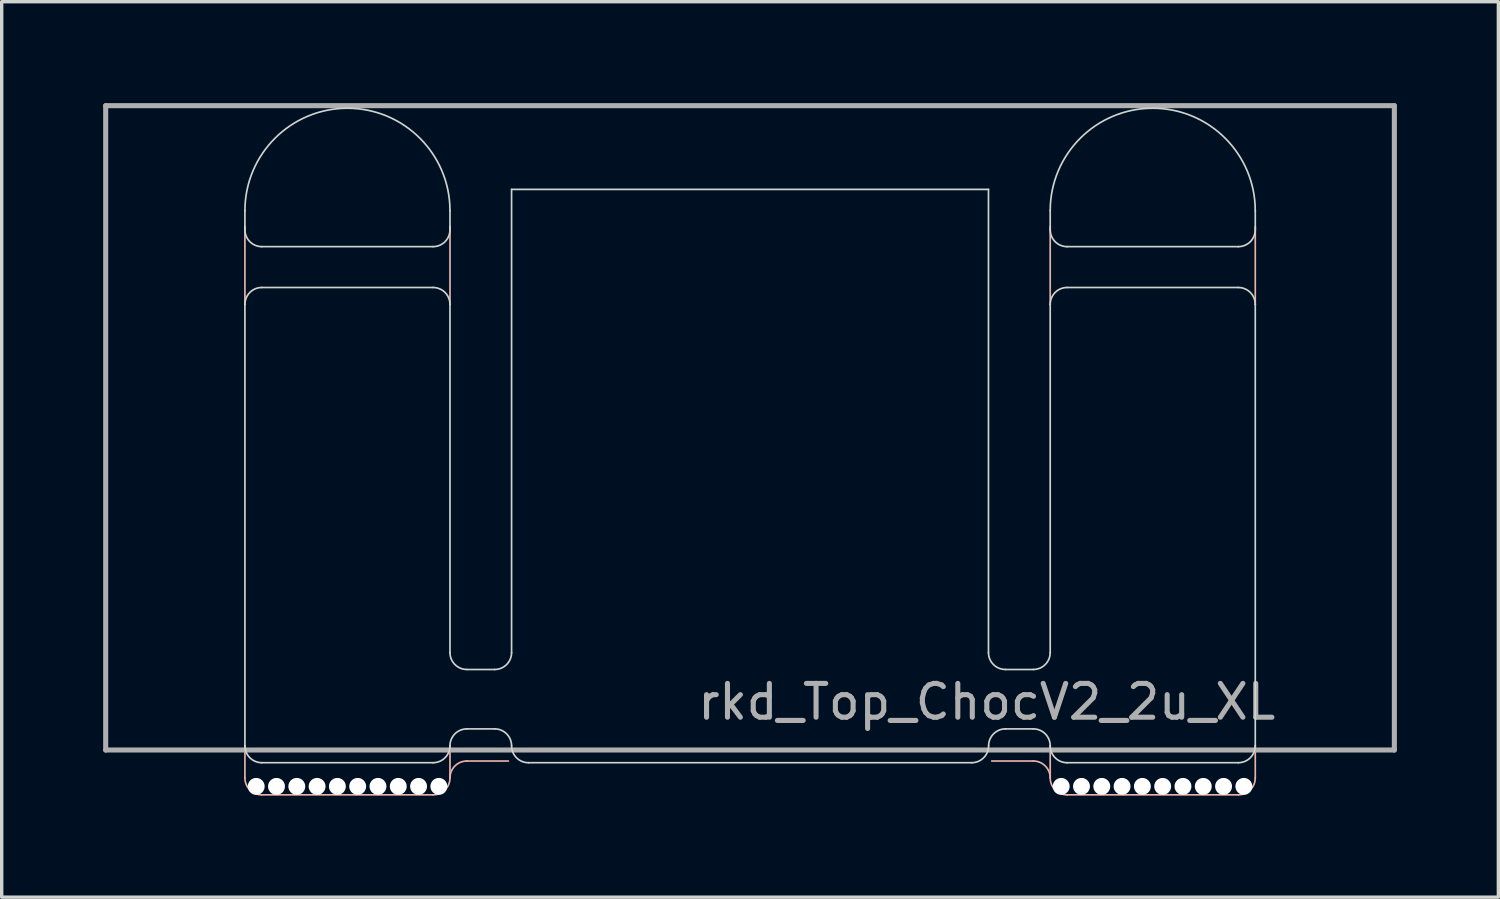
<source format=kicad_pcb>
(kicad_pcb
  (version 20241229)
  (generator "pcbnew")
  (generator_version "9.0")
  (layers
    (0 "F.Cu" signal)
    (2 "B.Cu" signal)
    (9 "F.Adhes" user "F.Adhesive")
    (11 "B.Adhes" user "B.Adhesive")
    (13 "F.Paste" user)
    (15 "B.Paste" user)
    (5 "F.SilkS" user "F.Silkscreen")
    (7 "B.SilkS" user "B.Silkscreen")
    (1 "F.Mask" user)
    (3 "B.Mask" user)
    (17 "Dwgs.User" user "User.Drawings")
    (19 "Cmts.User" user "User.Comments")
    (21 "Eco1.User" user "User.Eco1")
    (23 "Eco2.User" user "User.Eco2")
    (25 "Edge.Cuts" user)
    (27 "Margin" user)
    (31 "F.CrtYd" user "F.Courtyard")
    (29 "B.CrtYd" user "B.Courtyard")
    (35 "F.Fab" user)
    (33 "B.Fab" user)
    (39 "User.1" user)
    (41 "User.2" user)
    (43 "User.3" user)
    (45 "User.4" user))
  (footprint "rkd_Top_ChocV2_2u_XL"
    (layer "F.Cu")
    (at 19.125 9.6)
    (property "Reference" "rkd_Top_ChocV2_2u_XL" (at 7 8.1 0) (layer "F.Fab") (effects (font (size 1 1) (thickness 0.15))))
    (attr through_hole)
    (fp_line (start -14.934 -5.953) (end -14.934 -3.65) (stroke (width 0.05) (type solid)) (layer "B.SilkS"))
    (fp_line (start -14.934 9.4) (end -14.934 10.35) (stroke (width 0.05) (type solid)) (layer "B.SilkS"))
    (fp_line (start -14.434 10.85) (end -9.371 10.85) (stroke (width 0.05) (type solid)) (layer "B.SilkS"))
    (fp_line (start -8.871 -5.953) (end -8.871 -3.65) (stroke (width 0.05) (type solid)) (layer "B.SilkS"))
    (fp_line (start -8.871 9.4) (end -8.871 10.35) (stroke (width 0.05) (type solid)) (layer "B.SilkS"))
    (fp_line (start -8.371 9.85) (end -7.144 9.85) (stroke (width 0.05) (type solid)) (layer "B.SilkS"))
    (fp_line (start 7.147 9.85) (end 8.375 9.85) (stroke (width 0.05) (type solid)) (layer "B.SilkS"))
    (fp_line (start 8.875 -5.953) (end 8.875 -3.65) (stroke (width 0.05) (type solid)) (layer "B.SilkS"))
    (fp_line (start 8.875 9.4) (end 8.875 10.35) (stroke (width 0.05) (type solid)) (layer "B.SilkS"))
    (fp_line (start 9.375 10.85) (end 14.438 10.85) (stroke (width 0.05) (type solid)) (layer "B.SilkS"))
    (fp_line (start 14.938 -5.953) (end 14.938 -3.65) (stroke (width 0.05) (type solid)) (layer "B.SilkS"))
    (fp_line (start 14.938 9.4) (end 14.938 10.35) (stroke (width 0.05) (type solid)) (layer "B.SilkS"))
    (fp_arc (start -14.43375 10.85) (mid -14.787289 10.703539) (end -14.93375 10.35) (stroke (width 0.05) (type solid)) (layer "B.SilkS"))
    (fp_arc (start -8.87125 10.35) (mid -9.017711 10.703539) (end -9.37125 10.85) (stroke (width 0.05) (type solid)) (layer "B.SilkS"))
    (fp_arc (start -8.87125 10.35) (mid -8.724789 9.996461) (end -8.37125 9.85) (stroke (width 0.05) (type solid)) (layer "B.SilkS"))
    (fp_arc (start 8.375 9.850001) (mid 8.728539 9.996462) (end 8.875 10.350001) (stroke (width 0.05) (type solid)) (layer "B.SilkS"))
    (fp_arc (start 9.375 10.85) (mid 9.021414 10.703571) (end 8.875 10.35) (stroke (width 0.05) (type solid)) (layer "B.SilkS"))
    (fp_arc (start 14.9375 10.35) (mid 14.791021 10.703506) (end 14.4375 10.85) (stroke (width 0.05) (type solid)) (layer "B.SilkS"))
    (fp_line (start -14.934 -6.419) (end -14.934 -5.858) (stroke (width 0.05) (type default)) (layer "Edge.Cuts"))
    (fp_line (start -14.934 9.4) (end -14.934 -3.65) (stroke (width 0.05) (type default)) (layer "Edge.Cuts"))
    (fp_line (start -14.434 -4.15) (end -9.371 -4.15) (stroke (width 0.05) (type solid)) (layer "Edge.Cuts"))
    (fp_line (start -14.434 9.9) (end -9.371 9.9) (stroke (width 0.05) (type default)) (layer "Edge.Cuts"))
    (fp_line (start -9.371 -5.358) (end -14.434 -5.358) (stroke (width 0.05) (type default)) (layer "Edge.Cuts"))
    (fp_line (start -8.871 -6.419) (end -8.871 -5.858) (stroke (width 0.05) (type default)) (layer "Edge.Cuts"))
    (fp_line (start -8.871 -3.65) (end -8.871 6.644) (stroke (width 0.05) (type default)) (layer "Edge.Cuts"))
    (fp_line (start -7.55 7.144) (end -8.371 7.144) (stroke (width 0.05) (type default)) (layer "Edge.Cuts"))
    (fp_line (start -7.55 8.9) (end -8.371 8.9) (stroke (width 0.05) (type default)) (layer "Edge.Cuts"))
    (fp_line (start -7.05 -7.05) (end -7.05 6.644) (stroke (width 0.05) (type default)) (layer "Edge.Cuts"))
    (fp_line (start -7.05 -7.05) (end 7.05 -7.05) (stroke (width 0.05) (type default)) (layer "Edge.Cuts"))
    (fp_line (start -6.55 9.9) (end 6.554 9.9) (stroke (width 0.05) (type solid)) (layer "Edge.Cuts"))
    (fp_line (start 7.05 -7.05) (end 7.05 6.644) (stroke (width 0.05) (type default)) (layer "Edge.Cuts"))
    (fp_line (start 8.375 7.144) (end 7.55 7.144) (stroke (width 0.05) (type default)) (layer "Edge.Cuts"))
    (fp_line (start 8.375 8.9) (end 7.554 8.9) (stroke (width 0.05) (type default)) (layer "Edge.Cuts"))
    (fp_line (start 8.875 -6.419) (end 8.875 -5.858) (stroke (width 0.05) (type default)) (layer "Edge.Cuts"))
    (fp_line (start 8.875 -3.65) (end 8.875 6.644) (stroke (width 0.05) (type default)) (layer "Edge.Cuts"))
    (fp_line (start 9.375 9.9) (end 14.438 9.9) (stroke (width 0.05) (type solid)) (layer "Edge.Cuts"))
    (fp_line (start 14.438 -5.358) (end 9.375 -5.358) (stroke (width 0.05) (type solid)) (layer "Edge.Cuts"))
    (fp_line (start 14.438 -4.15) (end 9.375 -4.15) (stroke (width 0.05) (type solid)) (layer "Edge.Cuts"))
    (fp_line (start 14.938 -5.858) (end 14.938 -6.419) (stroke (width 0.05) (type default)) (layer "Edge.Cuts"))
    (fp_line (start 14.938 9.4) (end 14.938 -3.65) (stroke (width 0.05) (type default)) (layer "Edge.Cuts"))
    (fp_arc (start -14.93375 -6.41875) (mid -11.9025 -9.45) (end -8.87125 -6.41875) (stroke (width 0.05) (type default)) (layer "Edge.Cuts"))
    (fp_arc (start -14.93375 -3.65) (mid -14.78733 -4.003565) (end -14.43375 -4.15) (stroke (width 0.05) (type default)) (layer "Edge.Cuts"))
    (fp_arc (start -14.433815 -5.357817) (mid -14.78738 -5.504237) (end -14.933815 -5.857817) (stroke (width 0.05) (type default)) (layer "Edge.Cuts"))
    (fp_arc (start -14.43375 9.9) (mid -14.787271 9.753536) (end -14.93375 9.4) (stroke (width 0.05) (type default)) (layer "Edge.Cuts"))
    (fp_arc (start -9.37125 -4.15) (mid -9.017758 -4.003506) (end -8.87125 -3.65) (stroke (width 0.05) (type default)) (layer "Edge.Cuts"))
    (fp_arc (start -8.87125 -5.857817) (mid -9.017744 -5.504325) (end -9.37125 -5.357817) (stroke (width 0.05) (type default)) (layer "Edge.Cuts"))
    (fp_arc (start -8.87125 9.4) (mid -9.017711 9.753539) (end -9.37125 9.9) (stroke (width 0.05) (type default)) (layer "Edge.Cuts"))
    (fp_arc (start -8.87125 9.4) (mid -8.724789 9.046461) (end -8.37125 8.9) (stroke (width 0.05) (type default)) (layer "Edge.Cuts"))
    (fp_arc (start -8.37125 7.14375) (mid -8.724759 6.997259) (end -8.87125 6.64375) (stroke (width 0.05) (type default)) (layer "Edge.Cuts"))
    (fp_arc (start -7.55 8.9) (mid -7.19642 9.04642) (end -7.05 9.4) (stroke (width 0.05) (type default)) (layer "Edge.Cuts"))
    (fp_arc (start -7.05 6.64375) (mid -7.19642 6.99733) (end -7.55 7.14375) (stroke (width 0.05) (type default)) (layer "Edge.Cuts"))
    (fp_arc (start -6.550001 9.9) (mid -6.903581 9.75358) (end -7.050001 9.4) (stroke (width 0.05) (type default)) (layer "Edge.Cuts"))
    (fp_arc (start 7.05385 9.4) (mid 7.200311 9.046461) (end 7.55385 8.9) (stroke (width 0.05) (type default)) (layer "Edge.Cuts"))
    (fp_arc (start 7.05385 9.40005) (mid 6.907389 9.753589) (end 6.55385 9.90005) (stroke (width 0.05) (type default)) (layer "Edge.Cuts"))
    (fp_arc (start 7.55 7.14375) (mid 7.196461 6.997289) (end 7.05 6.64375) (stroke (width 0.05) (type default)) (layer "Edge.Cuts"))
    (fp_arc (start 8.375 8.9) (mid 8.728583 9.046417) (end 8.875 9.4) (stroke (width 0.05) (type default)) (layer "Edge.Cuts"))
    (fp_arc (start 8.875 -6.41875) (mid 11.90625 -9.45) (end 14.9375 -6.41875) (stroke (width 0.05) (type default)) (layer "Edge.Cuts"))
    (fp_arc (start 8.875 -3.65) (mid 9.021476 -4.003524) (end 9.375 -4.15) (stroke (width 0.05) (type default)) (layer "Edge.Cuts"))
    (fp_arc (start 8.875 6.64375) (mid 8.728539 6.997289) (end 8.375 7.14375) (stroke (width 0.05) (type default)) (layer "Edge.Cuts"))
    (fp_arc (start 9.375 -5.357817) (mid 9.021476 -5.504293) (end 8.875 -5.857817) (stroke (width 0.05) (type default)) (layer "Edge.Cuts"))
    (fp_arc (start 9.375 9.9) (mid 9.021417 9.753583) (end 8.875 9.4) (stroke (width 0.05) (type default)) (layer "Edge.Cuts"))
    (fp_arc (start 14.4375 -4.15) (mid 14.791083 -4.003583) (end 14.9375 -3.65) (stroke (width 0.05) (type default)) (layer "Edge.Cuts"))
    (fp_arc (start 14.9375 -5.857817) (mid 14.791083 -5.504234) (end 14.4375 -5.357817) (stroke (width 0.05) (type default)) (layer "Edge.Cuts"))
    (fp_arc (start 14.9375 9.4) (mid 14.791024 9.753524) (end 14.4375 9.9) (stroke (width 0.05) (type default)) (layer "Edge.Cuts"))
    (fp_line (start -19.05 -9.525) (end -19.05 9.525) (stroke (width 0.15) (type solid)) (layer "F.Fab"))
    (fp_line (start -19.05 9.525) (end 19.05 9.525) (stroke (width 0.15) (type solid)) (layer "F.Fab"))
    (fp_line (start 19.05 -9.525) (end -19.05 -9.525) (stroke (width 0.15) (type solid)) (layer "F.Fab"))
    (fp_line (start 19.05 9.525) (end 19.05 -9.525) (stroke (width 0.15) (type solid)) (layer "F.Fab"))
    (pad "" np_thru_hole circle (at -14.6 10.6 270) (size 0.5 0.5) (drill 0.5) (layers "*.Cu" "*.Mask"))
    (pad "" np_thru_hole circle (at -14 10.6 270) (size 0.5 0.5) (drill 0.5) (layers "*.Cu" "*.Mask"))
    (pad "" np_thru_hole circle (at -13.4 10.6 270) (size 0.5 0.5) (drill 0.5) (layers "*.Cu" "*.Mask"))
    (pad "" np_thru_hole circle (at -12.8 10.6 270) (size 0.5 0.5) (drill 0.5) (layers "*.Cu" "*.Mask"))
    (pad "" np_thru_hole circle (at -12.2 10.6 270) (size 0.5 0.5) (drill 0.5) (layers "*.Cu" "*.Mask"))
    (pad "" np_thru_hole circle (at -11.6 10.6 270) (size 0.5 0.5) (drill 0.5) (layers "*.Cu" "*.Mask"))
    (pad "" np_thru_hole circle (at -11 10.6 270) (size 0.5 0.5) (drill 0.5) (layers "*.Cu" "*.Mask"))
    (pad "" np_thru_hole circle (at -10.4 10.6 270) (size 0.5 0.5) (drill 0.5) (layers "*.Cu" "*.Mask"))
    (pad "" np_thru_hole circle (at -9.8 10.6 270) (size 0.5 0.5) (drill 0.5) (layers "*.Cu" "*.Mask"))
    (pad "" np_thru_hole circle (at -9.2 10.6 270) (size 0.5 0.5) (drill 0.5) (layers "*.Cu" "*.Mask"))
    (pad "" np_thru_hole circle (at 9.2 10.6 270) (size 0.5 0.5) (drill 0.5) (layers "*.Cu" "*.Mask"))
    (pad "" np_thru_hole circle (at 9.8 10.6 270) (size 0.5 0.5) (drill 0.5) (layers "*.Cu" "*.Mask"))
    (pad "" np_thru_hole circle (at 10.4 10.6 270) (size 0.5 0.5) (drill 0.5) (layers "*.Cu" "*.Mask"))
    (pad "" np_thru_hole circle (at 11 10.6 270) (size 0.5 0.5) (drill 0.5) (layers "*.Cu" "*.Mask"))
    (pad "" np_thru_hole circle (at 11.6 10.6 270) (size 0.5 0.5) (drill 0.5) (layers "*.Cu" "*.Mask"))
    (pad "" np_thru_hole circle (at 12.2 10.6 270) (size 0.5 0.5) (drill 0.5) (layers "*.Cu" "*.Mask"))
    (pad "" np_thru_hole circle (at 12.8 10.6 270) (size 0.5 0.5) (drill 0.5) (layers "*.Cu" "*.Mask"))
    (pad "" np_thru_hole circle (at 13.4 10.6 270) (size 0.5 0.5) (drill 0.5) (layers "*.Cu" "*.Mask"))
    (pad "" np_thru_hole circle (at 14 10.6 270) (size 0.5 0.5) (drill 0.5) (layers "*.Cu" "*.Mask"))
    (pad "" np_thru_hole circle (at 14.6 10.6 270) (size 0.5 0.5) (drill 0.5) (layers "*.Cu" "*.Mask")))
  (gr_rect
    (start -3 -3)
    (end 41.25 23.475)
    (stroke (width 0.1) (type default))
    (fill no)
    (layer "Edge.Cuts")))
</source>
